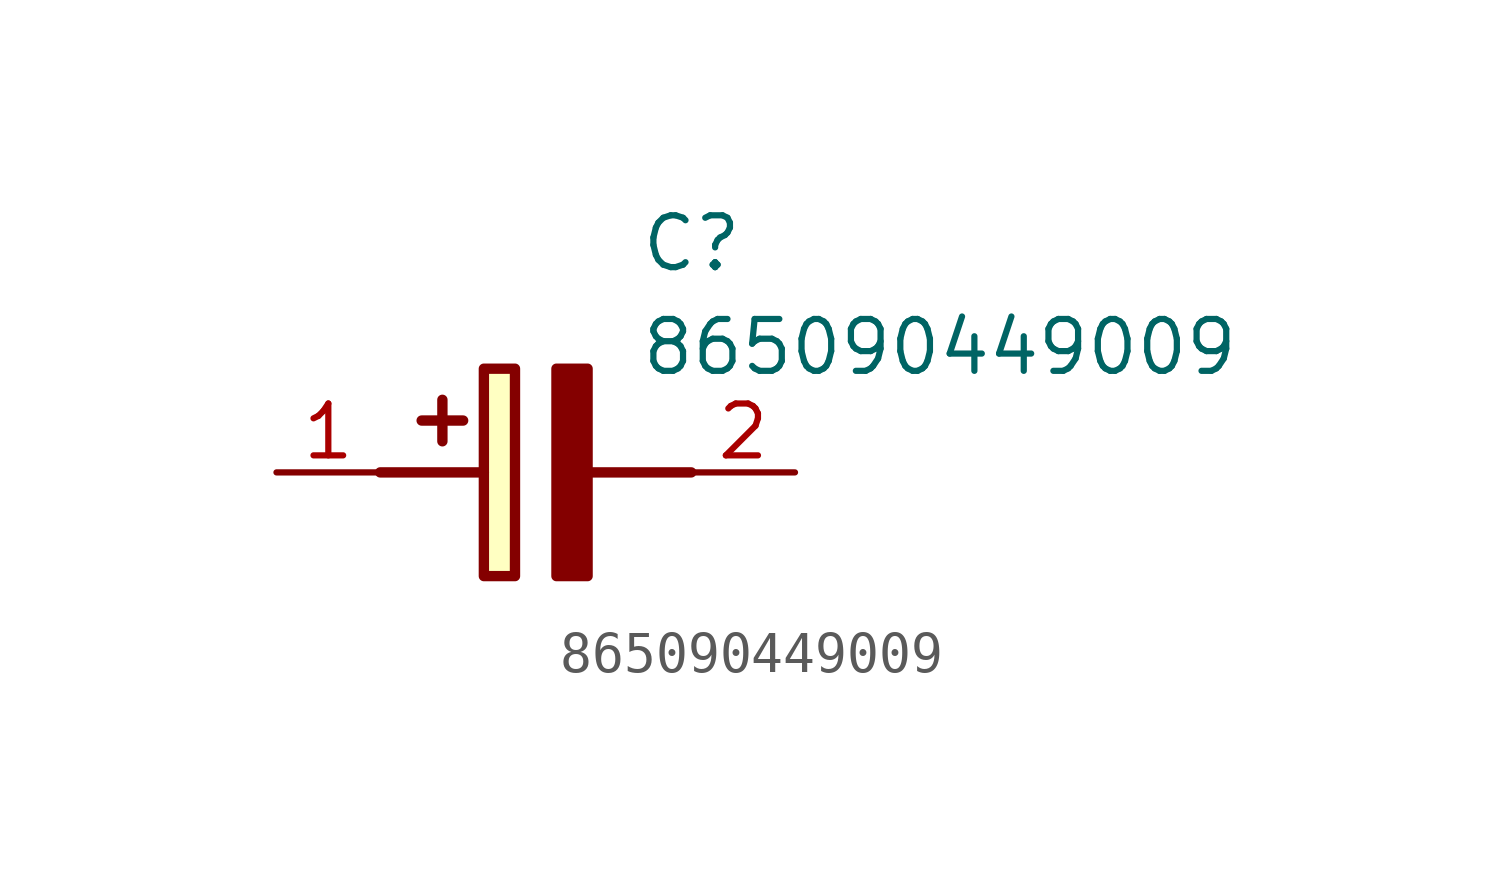
<source format=kicad_sym>
(kicad_symbol_lib
  (version 20211014)
  (generator SamacSys_ECAD_Model)
  (symbol "865090449009"
    (pin_names hide)
    (property "Reference" "C"
      (at 8.89 6.35 0)
      (effects (font (size 1.27 1.27)) (justify left top)))
    (property "Value" "865090449009"
      (at 8.89 3.81 0)
      (effects (font (size 1.27 1.27)) (justify left top)))
    (rectangle
      (start 5.08 2.54)
      (end 5.842 -2.54)
      (stroke (width 0.254) (type default))
      (fill (type background)))
    (polyline
      (pts (xy 4.572 1.27) (xy 3.556 1.27))
      (stroke (width 0.254) (type default))
      (fill (type none)))
    (polyline
      (pts (xy 4.064 1.778) (xy 4.064 0.762))
      (stroke (width 0.254) (type default))
      (fill (type none)))
    (polyline
      (pts (xy 2.54 0) (xy 5.08 0))
      (stroke (width 0.254) (type default))
      (fill (type none)))
    (polyline
      (pts (xy 7.62 0) (xy 10.16 0))
      (stroke (width 0.254) (type default))
      (fill (type none)))
    (polyline
      (pts (xy 7.62 2.54) (xy 7.62 -2.54) (xy 6.858 -2.54) (xy 6.858 2.54) (xy 7.62 2.54))
      (stroke (width 0.254) (type default))
      (fill (type outline)))
    (pin passive line
      (at 0 0 0)
      (length 2.54)
      (name "+" (effects (font (size 1.27 1.27))))
      (number "1" (effects (font (size 1.27 1.27)))))
    (pin passive line
      (at 12.7 0 180)
      (length 2.54)
      (name "-" (effects (font (size 1.27 1.27))))
      (number "2" (effects (font (size 1.27 1.27)))))))
</source>
